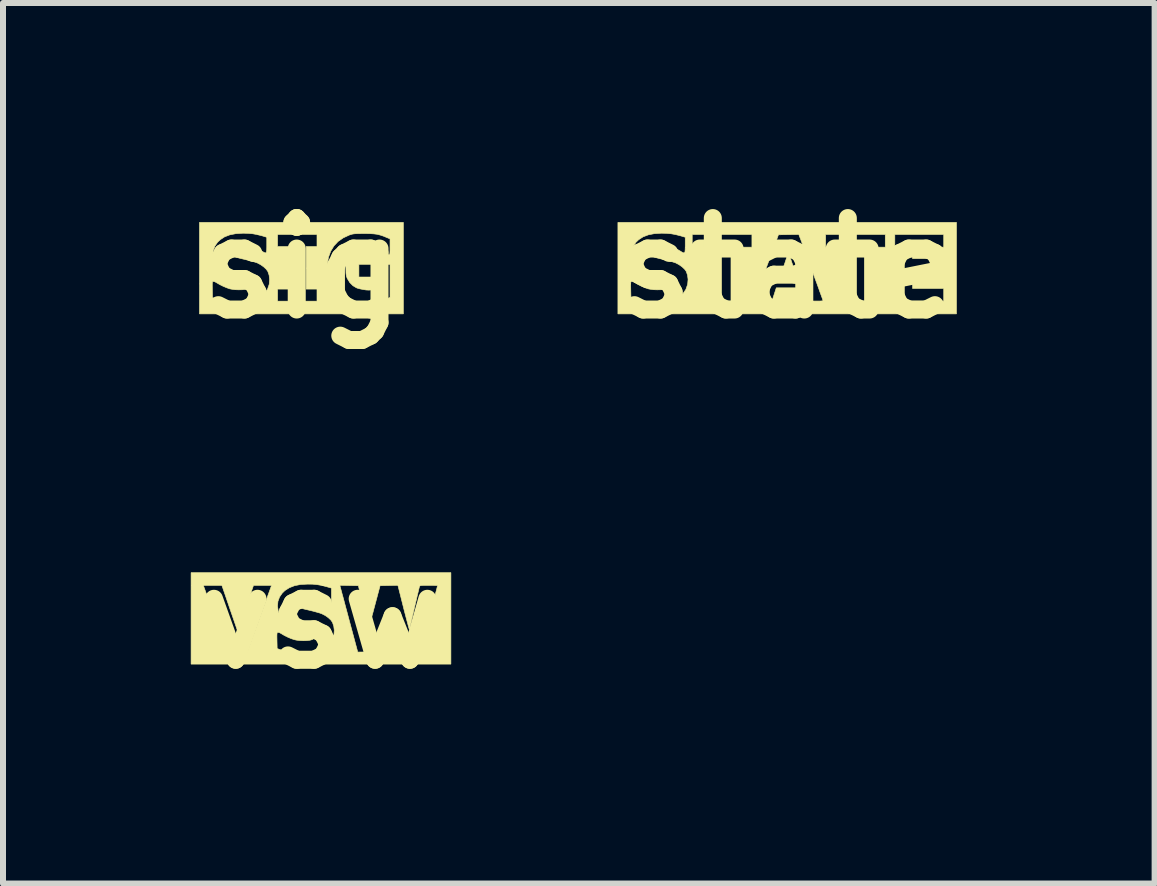
<source format=kicad_pcb>
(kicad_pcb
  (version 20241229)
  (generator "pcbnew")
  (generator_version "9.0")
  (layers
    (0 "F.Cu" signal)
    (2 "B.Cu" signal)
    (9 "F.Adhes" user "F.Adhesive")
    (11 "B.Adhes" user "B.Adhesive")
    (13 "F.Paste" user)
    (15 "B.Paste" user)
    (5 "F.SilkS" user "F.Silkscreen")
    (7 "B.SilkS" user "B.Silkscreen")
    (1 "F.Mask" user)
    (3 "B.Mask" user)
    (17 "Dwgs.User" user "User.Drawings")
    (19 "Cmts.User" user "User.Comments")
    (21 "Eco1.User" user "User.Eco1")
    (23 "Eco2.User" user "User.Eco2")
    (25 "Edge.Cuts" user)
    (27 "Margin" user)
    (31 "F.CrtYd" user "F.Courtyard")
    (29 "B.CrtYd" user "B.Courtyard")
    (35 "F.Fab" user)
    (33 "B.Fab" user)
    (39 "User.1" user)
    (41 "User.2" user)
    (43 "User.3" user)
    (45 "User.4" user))
  (footprint "state"
    (layer "F.Cu")
    (at 10.061 1.418)
    (property "Reference" "state" (at 0 0 0) (layer "F.SilkS") (effects (font (size 1.524 1.524) (thickness 0.3))))
    (attr through_hole)
    (fp_poly (pts (xy 0.027 -0.246) (xy 0.037 -0.224) (xy 0.051 -0.186) (xy 0.069 -0.137) (xy 0.088 -0.079) (xy 0.092 -0.069) (xy 0.157 0.127) (xy -0.104 0.127) (xy -0.043 -0.056) (xy -0.023 -0.115) (xy -0.006 -0.167) (xy 0.008 -0.21) (xy 0.018 -0.24) (xy 0.022 -0.252) (xy 0.027 -0.246)) (stroke (width 0.01) (type solid)) (fill yes) (layer "F.SilkS"))
    (fp_poly (pts (xy 2.826 0.762) (xy -2.815 0.762) (xy -2.815 0.301) (xy -2.602 0.301) (xy -2.601 0.356) (xy -2.601 0.357) (xy -2.598 0.492) (xy -2.532 0.516) (xy -2.451 0.541) (xy -2.37 0.558) (xy -2.283 0.567) (xy -2.185 0.571) (xy -2.112 0.57) (xy -2.054 0.566) (xy -2.004 0.56) (xy -1.966 0.551) (xy -1.868 0.518) (xy -1.788 0.474) (xy -1.727 0.419) (xy -1.682 0.353) (xy -1.655 0.275) (xy -1.652 0.259) (xy -1.646 0.187) (xy -1.655 0.117) (xy -1.676 0.056) (xy -1.677 0.054) (xy -1.704 0.017) (xy -1.746 -0.022) (xy -1.797 -0.058) (xy -1.85 -0.086) (xy -1.855 -0.088) (xy -1.891 -0.1) (xy -1.94 -0.115) (xy -1.999 -0.13) (xy -2.059 -0.145) (xy -2.069 -0.147) (xy -2.141 -0.164) (xy -2.195 -0.179) (xy -2.234 -0.193) (xy -2.259 -0.208) (xy -2.274 -0.224) (xy -2.282 -0.244) (xy -2.284 -0.258) (xy -2.279 -0.301) (xy -2.256 -0.333) (xy -2.215 -0.356) (xy -2.156 -0.369) (xy -2.079 -0.373) (xy -1.991 -0.364) (xy -1.901 -0.342) (xy -1.817 -0.308) (xy -1.777 -0.285) (xy -1.745 -0.265) (xy -1.722 -0.255) (xy -1.707 -0.256) (xy -1.698 -0.272) (xy -1.695 -0.304) (xy -1.693 -0.354) (xy -1.693 -0.385) (xy -1.693 -0.515) (xy -1.77 -0.538) (xy -1.853 -0.559) (xy -1.862 -0.561) (xy -1.577 -0.561) (xy -1.577 -0.349) (xy -1.228 -0.349) (xy -1.228 0.55) (xy -0.931 0.55) (xy -0.548 0.55) (xy -0.248 0.55) (xy -0.212 0.439) (xy -0.176 0.328) (xy 0.026 0.328) (xy 0.228 0.328) (xy 0.303 0.545) (xy 0.453 0.548) (xy 0.507 0.548) (xy 0.552 0.548) (xy 0.585 0.546) (xy 0.602 0.544) (xy 0.603 0.542) (xy 0.6 0.532) (xy 0.59 0.503) (xy 0.574 0.459) (xy 0.553 0.402) (xy 0.529 0.334) (xy 0.501 0.257) (xy 0.47 0.174) (xy 0.438 0.086) (xy 0.406 -0.003) (xy 0.373 -0.093) (xy 0.341 -0.18) (xy 0.31 -0.263) (xy 0.282 -0.338) (xy 0.258 -0.405) (xy 0.237 -0.461) (xy 0.221 -0.503) (xy 0.211 -0.529) (xy 0.21 -0.532) (xy 0.199 -0.561) (xy 0.646 -0.561) (xy 0.646 -0.349) (xy 0.995 -0.349) (xy 0.995 0.55) (xy 1.291 0.55) (xy 1.291 -0.349) (xy 1.64 -0.349) (xy 1.64 -0.561) (xy 1.799 -0.561) (xy 1.799 0.55) (xy 2.614 0.55) (xy 2.614 0.339) (xy 2.095 0.339) (xy 2.095 0.053) (xy 2.572 0.053) (xy 2.572 -0.159) (xy 2.095 -0.159) (xy 2.095 -0.349) (xy 2.614 -0.349) (xy 2.614 -0.561) (xy 1.799 -0.561) (xy 1.64 -0.561) (xy 0.646 -0.561) (xy 0.199 -0.561) (xy 0.198 -0.561) (xy 0.029 -0.559) (xy -0.14 -0.556) (xy -0.277 -0.185) (xy -0.311 -0.092) (xy -0.347 0.004) (xy -0.381 0.098) (xy -0.414 0.187) (xy -0.443 0.266) (xy -0.467 0.332) (xy -0.481 0.368) (xy -0.548 0.55) (xy -0.931 0.55) (xy -0.931 -0.349) (xy -0.582 -0.349) (xy -0.582 -0.561) (xy -1.577 -0.561) (xy -1.862 -0.561) (xy -1.929 -0.573) (xy -2.006 -0.58) (xy -2.09 -0.582) (xy -2.207 -0.575) (xy -2.308 -0.555) (xy -2.395 -0.522) (xy -2.469 -0.474) (xy -2.513 -0.432) (xy -2.558 -0.367) (xy -2.585 -0.294) (xy -2.593 -0.217) (xy -2.582 -0.139) (xy -2.558 -0.078) (xy -2.53 -0.033) (xy -2.495 0.005) (xy -2.449 0.038) (xy -2.391 0.067) (xy -2.318 0.093) (xy -2.228 0.118) (xy -2.163 0.132) (xy -2.113 0.144) (xy -2.068 0.155) (xy -2.035 0.165) (xy -2.018 0.171) (xy -1.975 0.201) (xy -1.952 0.235) (xy -1.949 0.27) (xy -1.965 0.305) (xy -2 0.335) (xy -2.017 0.344) (xy -2.052 0.354) (xy -2.103 0.36) (xy -2.161 0.361) (xy -2.222 0.359) (xy -2.279 0.351) (xy -2.31 0.345) (xy -2.362 0.327) (xy -2.421 0.302) (xy -2.479 0.273) (xy -2.526 0.245) (xy -2.531 0.242) (xy -2.558 0.228) (xy -2.582 0.222) (xy -2.591 0.223) (xy -2.597 0.228) (xy -2.601 0.24) (xy -2.602 0.263) (xy -2.602 0.301) (xy -2.815 0.301) (xy -2.815 -0.762) (xy 2.826 -0.762) (xy 2.826 0.762)) (stroke (width 0.01) (type solid)) (fill yes) (layer "F.SilkS")))
  (footprint "vsw"
    (layer "F.Cu")
    (at 2.293 7.254)
    (property "Reference" "vsw" (at 0 0 0) (layer "F.SilkS") (effects (font (size 1.524 1.524) (thickness 0.3))))
    (attr through_hole)
    (fp_poly (pts (xy 2.17 0.762) (xy -2.159 0.762) (xy -2.159 -0.55) (xy -1.955 -0.55) (xy -1.551 0.561) (xy -1.222 0.561) (xy -1.131 0.311) (xy -0.729 0.311) (xy -0.728 0.366) (xy -0.728 0.368) (xy -0.725 0.503) (xy -0.659 0.526) (xy -0.577 0.552) (xy -0.497 0.568) (xy -0.41 0.578) (xy -0.311 0.581) (xy -0.239 0.581) (xy -0.181 0.577) (xy -0.131 0.57) (xy -0.093 0.562) (xy 0.005 0.529) (xy 0.085 0.485) (xy 0.147 0.43) (xy 0.191 0.364) (xy 0.218 0.285) (xy 0.222 0.269) (xy 0.227 0.198) (xy 0.218 0.128) (xy 0.197 0.067) (xy 0.196 0.065) (xy 0.169 0.027) (xy 0.127 -0.012) (xy 0.076 -0.048) (xy 0.023 -0.075) (xy 0.018 -0.077) (xy -0.017 -0.09) (xy -0.067 -0.104) (xy -0.125 -0.12) (xy -0.186 -0.135) (xy -0.195 -0.137) (xy -0.268 -0.154) (xy -0.322 -0.168) (xy -0.36 -0.183) (xy -0.386 -0.197) (xy -0.401 -0.214) (xy -0.409 -0.233) (xy -0.411 -0.248) (xy -0.406 -0.29) (xy -0.383 -0.322) (xy -0.342 -0.345) (xy -0.283 -0.358) (xy -0.206 -0.362) (xy -0.118 -0.354) (xy -0.028 -0.331) (xy 0.056 -0.297) (xy 0.096 -0.274) (xy 0.129 -0.254) (xy 0.151 -0.244) (xy 0.166 -0.246) (xy 0.175 -0.262) (xy 0.179 -0.293) (xy 0.18 -0.343) (xy 0.18 -0.374) (xy 0.18 -0.505) (xy 0.103 -0.527) (xy 0.02 -0.549) (xy 0.008 -0.551) (xy 0.319 -0.551) (xy 0.35 -0.437) (xy 0.359 -0.402) (xy 0.374 -0.349) (xy 0.392 -0.282) (xy 0.413 -0.202) (xy 0.437 -0.114) (xy 0.462 -0.02) (xy 0.488 0.078) (xy 0.499 0.119) (xy 0.618 0.561) (xy 0.782 0.559) (xy 0.945 0.556) (xy 1.036 0.214) (xy 1.058 0.133) (xy 1.078 0.059) (xy 1.096 -0.006) (xy 1.111 -0.06) (xy 1.123 -0.099) (xy 1.13 -0.122) (xy 1.132 -0.127) (xy 1.136 -0.117) (xy 1.145 -0.089) (xy 1.158 -0.046) (xy 1.175 0.011) (xy 1.194 0.079) (xy 1.215 0.156) (xy 1.232 0.217) (xy 1.326 0.561) (xy 1.649 0.561) (xy 1.66 0.527) (xy 1.665 0.509) (xy 1.675 0.475) (xy 1.688 0.426) (xy 1.705 0.363) (xy 1.725 0.291) (xy 1.747 0.21) (xy 1.77 0.124) (xy 1.794 0.034) (xy 1.818 -0.057) (xy 1.842 -0.147) (xy 1.865 -0.233) (xy 1.887 -0.313) (xy 1.906 -0.385) (xy 1.922 -0.446) (xy 1.935 -0.495) (xy 1.943 -0.528) (xy 1.947 -0.544) (xy 1.947 -0.544) (xy 1.937 -0.547) (xy 1.91 -0.548) (xy 1.869 -0.55) (xy 1.818 -0.55) (xy 1.8 -0.55) (xy 1.741 -0.55) (xy 1.7 -0.549) (xy 1.673 -0.547) (xy 1.657 -0.543) (xy 1.649 -0.537) (xy 1.647 -0.532) (xy 1.643 -0.517) (xy 1.635 -0.485) (xy 1.624 -0.437) (xy 1.609 -0.376) (xy 1.593 -0.305) (xy 1.574 -0.225) (xy 1.561 -0.169) (xy 1.542 -0.087) (xy 1.524 -0.011) (xy 1.509 0.056) (xy 1.496 0.111) (xy 1.486 0.153) (xy 1.48 0.178) (xy 1.478 0.184) (xy 1.475 0.177) (xy 1.467 0.151) (xy 1.456 0.109) (xy 1.441 0.053) (xy 1.423 -0.015) (xy 1.403 -0.092) (xy 1.381 -0.177) (xy 1.381 -0.178) (xy 1.287 -0.551) (xy 1.139 -0.548) (xy 0.99 -0.545) (xy 0.893 -0.18) (xy 0.871 -0.097) (xy 0.85 -0.021) (xy 0.831 0.045) (xy 0.815 0.1) (xy 0.802 0.14) (xy 0.794 0.164) (xy 0.79 0.169) (xy 0.786 0.156) (xy 0.779 0.124) (xy 0.767 0.076) (xy 0.754 0.015) (xy 0.737 -0.056) (xy 0.72 -0.135) (xy 0.706 -0.196) (xy 0.629 -0.545) (xy 0.474 -0.548) (xy 0.319 -0.551) (xy 0.008 -0.551) (xy -0.055 -0.562) (xy -0.133 -0.57) (xy -0.216 -0.571) (xy -0.334 -0.565) (xy -0.435 -0.545) (xy -0.522 -0.511) (xy -0.596 -0.464) (xy -0.64 -0.421) (xy -0.685 -0.356) (xy -0.712 -0.283) (xy -0.719 -0.206) (xy -0.708 -0.129) (xy -0.685 -0.067) (xy -0.657 -0.022) (xy -0.621 0.016) (xy -0.576 0.049) (xy -0.518 0.078) (xy -0.445 0.104) (xy -0.354 0.128) (xy -0.29 0.143) (xy -0.239 0.154) (xy -0.195 0.166) (xy -0.161 0.175) (xy -0.145 0.181) (xy -0.102 0.211) (xy -0.079 0.245) (xy -0.075 0.281) (xy -0.091 0.315) (xy -0.127 0.345) (xy -0.143 0.354) (xy -0.179 0.364) (xy -0.229 0.37) (xy -0.288 0.372) (xy -0.349 0.369) (xy -0.406 0.362) (xy -0.437 0.355) (xy -0.489 0.338) (xy -0.548 0.313) (xy -0.606 0.284) (xy -0.653 0.256) (xy -0.658 0.253) (xy -0.685 0.238) (xy -0.708 0.233) (xy -0.718 0.234) (xy -0.724 0.239) (xy -0.727 0.251) (xy -0.729 0.274) (xy -0.729 0.311) (xy -1.131 0.311) (xy -0.818 -0.55) (xy -1.119 -0.55) (xy -1.202 -0.31) (xy -1.229 -0.231) (xy -1.257 -0.15) (xy -1.284 -0.071) (xy -1.308 -0.000183) (xy -1.329 0.058) (xy -1.334 0.073) (xy -1.383 0.214) (xy -1.459 -0.007) (xy -1.486 -0.085) (xy -1.515 -0.168) (xy -1.543 -0.251) (xy -1.569 -0.327) (xy -1.59 -0.389) (xy -1.646 -0.55) (xy -1.8 -0.55) (xy -1.955 -0.55) (xy -2.159 -0.55) (xy -2.159 -0.762) (xy 2.17 -0.762) (xy 2.17 0.762)) (stroke (width 0.01) (type solid)) (fill yes) (layer "F.SilkS")))
  (footprint "sig"
    (layer "F.Cu")
    (at 1.967 1.418)
    (property "Reference" "sig" (at 0 0 0) (layer "F.SilkS") (effects (font (size 1.524 1.524) (thickness 0.3))))
    (attr through_hole)
    (fp_poly (pts (xy 1.704 0.762) (xy -1.693 0.762) (xy -1.693 0.301) (xy -1.48 0.301) (xy -1.479 0.356) (xy -1.479 0.357) (xy -1.476 0.492) (xy -1.41 0.516) (xy -1.329 0.541) (xy -1.248 0.558) (xy -1.161 0.567) (xy -1.063 0.571) (xy -0.99 0.57) (xy -0.932 0.566) (xy -0.883 0.56) (xy -0.844 0.551) (xy -0.746 0.518) (xy -0.667 0.474) (xy -0.605 0.419) (xy -0.56 0.353) (xy -0.533 0.275) (xy -0.53 0.259) (xy -0.525 0.187) (xy -0.533 0.117) (xy -0.554 0.056) (xy -0.555 0.054) (xy -0.582 0.017) (xy -0.624 -0.022) (xy -0.675 -0.058) (xy -0.728 -0.086) (xy -0.733 -0.088) (xy -0.769 -0.1) (xy -0.819 -0.115) (xy -0.877 -0.13) (xy -0.937 -0.145) (xy -0.947 -0.147) (xy -1.019 -0.164) (xy -1.073 -0.179) (xy -1.112 -0.193) (xy -1.137 -0.208) (xy -1.153 -0.224) (xy -1.16 -0.244) (xy -1.162 -0.258) (xy -1.157 -0.301) (xy -1.135 -0.333) (xy -1.094 -0.356) (xy -1.034 -0.369) (xy -0.958 -0.373) (xy -0.869 -0.364) (xy -0.779 -0.342) (xy -0.695 -0.308) (xy -0.655 -0.285) (xy -0.623 -0.265) (xy -0.6 -0.255) (xy -0.585 -0.256) (xy -0.577 -0.272) (xy -0.573 -0.304) (xy -0.572 -0.354) (xy -0.572 -0.385) (xy -0.572 -0.515) (xy -0.648 -0.538) (xy -0.731 -0.559) (xy -0.74 -0.561) (xy -0.392 -0.561) (xy -0.392 -0.36) (xy -0.212 -0.36) (xy -0.212 0.349) (xy -0.392 0.349) (xy -0.392 0.55) (xy 0.265 0.55) (xy 0.265 0.349) (xy 0.085 0.349) (xy 0.085 -0.001) (xy 0.434 -0.001) (xy 0.443 0.116) (xy 0.47 0.222) (xy 0.513 0.316) (xy 0.573 0.396) (xy 0.649 0.464) (xy 0.741 0.517) (xy 0.847 0.555) (xy 0.897 0.564) (xy 0.962 0.569) (xy 1.037 0.57) (xy 1.118 0.566) (xy 1.197 0.559) (xy 1.271 0.549) (xy 1.333 0.535) (xy 1.379 0.522) (xy 1.42 0.51) (xy 1.449 0.501) (xy 1.458 0.498) (xy 1.482 0.487) (xy 1.482 -0.064) (xy 0.963 -0.064) (xy 0.963 0.148) (xy 1.185 0.148) (xy 1.185 0.253) (xy 1.185 0.301) (xy 1.184 0.331) (xy 1.18 0.349) (xy 1.174 0.358) (xy 1.164 0.363) (xy 1.16 0.364) (xy 1.129 0.366) (xy 1.085 0.364) (xy 1.034 0.356) (xy 0.983 0.346) (xy 0.939 0.334) (xy 0.921 0.327) (xy 0.863 0.292) (xy 0.812 0.241) (xy 0.773 0.178) (xy 0.769 0.171) (xy 0.759 0.145) (xy 0.752 0.117) (xy 0.748 0.082) (xy 0.747 0.034) (xy 0.746 0) (xy 0.747 -0.056) (xy 0.749 -0.096) (xy 0.754 -0.127) (xy 0.762 -0.154) (xy 0.771 -0.178) (xy 0.812 -0.244) (xy 0.866 -0.296) (xy 0.932 -0.334) (xy 1.006 -0.356) (xy 1.086 -0.363) (xy 1.171 -0.354) (xy 1.257 -0.328) (xy 1.342 -0.286) (xy 1.373 -0.267) (xy 1.407 -0.245) (xy 1.438 -0.229) (xy 1.459 -0.222) (xy 1.46 -0.222) (xy 1.469 -0.223) (xy 1.475 -0.229) (xy 1.479 -0.242) (xy 1.481 -0.267) (xy 1.482 -0.307) (xy 1.482 -0.355) (xy 1.482 -0.488) (xy 1.433 -0.508) (xy 1.373 -0.533) (xy 1.319 -0.551) (xy 1.268 -0.564) (xy 1.213 -0.571) (xy 1.149 -0.575) (xy 1.07 -0.577) (xy 1.053 -0.577) (xy 0.985 -0.576) (xy 0.934 -0.575) (xy 0.895 -0.573) (xy 0.864 -0.569) (xy 0.838 -0.563) (xy 0.811 -0.554) (xy 0.804 -0.552) (xy 0.703 -0.505) (xy 0.617 -0.445) (xy 0.547 -0.37) (xy 0.494 -0.283) (xy 0.457 -0.184) (xy 0.437 -0.073) (xy 0.434 -0.001) (xy 0.085 -0.001) (xy 0.085 -0.36) (xy 0.265 -0.36) (xy 0.265 -0.561) (xy -0.392 -0.561) (xy -0.74 -0.561) (xy -0.807 -0.573) (xy -0.884 -0.58) (xy -0.968 -0.582) (xy -1.085 -0.575) (xy -1.187 -0.555) (xy -1.274 -0.522) (xy -1.347 -0.474) (xy -1.392 -0.432) (xy -1.436 -0.367) (xy -1.463 -0.294) (xy -1.471 -0.217) (xy -1.46 -0.139) (xy -1.436 -0.078) (xy -1.408 -0.033) (xy -1.373 0.005) (xy -1.327 0.038) (xy -1.269 0.067) (xy -1.196 0.093) (xy -1.106 0.118) (xy -1.041 0.132) (xy -0.991 0.144) (xy -0.946 0.155) (xy -0.913 0.165) (xy -0.896 0.171) (xy -0.854 0.201) (xy -0.83 0.235) (xy -0.827 0.27) (xy -0.843 0.305) (xy -0.879 0.335) (xy -0.895 0.344) (xy -0.931 0.354) (xy -0.981 0.36) (xy -1.039 0.361) (xy -1.1 0.359) (xy -1.157 0.351) (xy -1.188 0.345) (xy -1.24 0.327) (xy -1.299 0.302) (xy -1.357 0.273) (xy -1.405 0.245) (xy -1.409 0.242) (xy -1.436 0.228) (xy -1.46 0.222) (xy -1.469 0.223) (xy -1.475 0.228) (xy -1.479 0.24) (xy -1.48 0.263) (xy -1.48 0.301) (xy -1.693 0.301) (xy -1.693 -0.762) (xy 1.704 -0.762) (xy 1.704 0.762)) (stroke (width 0.01) (type solid)) (fill yes) (layer "F.SilkS")))
  (gr_rect
    (start -3 -3)
    (end 16.189 11.672)
    (stroke (width 0.1) (type default))
    (fill no)
    (layer "Edge.Cuts")))
</source>
